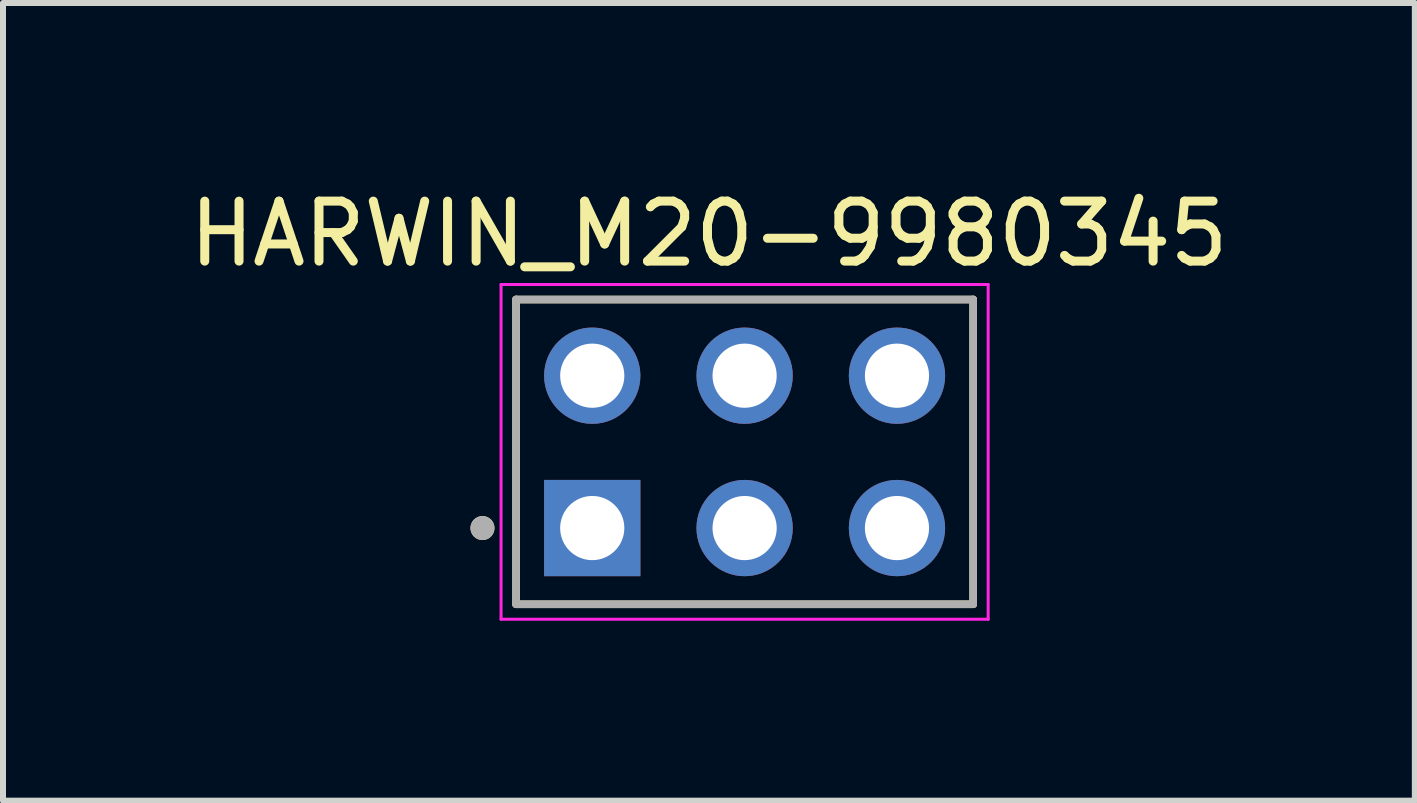
<source format=kicad_pcb>
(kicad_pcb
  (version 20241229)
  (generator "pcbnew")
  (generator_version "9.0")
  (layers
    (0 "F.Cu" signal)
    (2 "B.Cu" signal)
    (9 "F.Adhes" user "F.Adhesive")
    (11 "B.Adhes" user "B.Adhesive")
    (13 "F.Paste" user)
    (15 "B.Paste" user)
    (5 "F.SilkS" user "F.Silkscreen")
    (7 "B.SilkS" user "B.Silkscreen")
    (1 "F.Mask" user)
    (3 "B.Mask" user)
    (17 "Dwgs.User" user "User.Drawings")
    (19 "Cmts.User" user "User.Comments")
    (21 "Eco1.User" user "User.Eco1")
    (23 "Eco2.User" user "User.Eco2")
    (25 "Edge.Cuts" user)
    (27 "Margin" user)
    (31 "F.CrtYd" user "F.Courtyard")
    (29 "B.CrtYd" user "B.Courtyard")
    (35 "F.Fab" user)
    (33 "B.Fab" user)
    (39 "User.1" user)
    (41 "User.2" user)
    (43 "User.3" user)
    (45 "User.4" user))
  (footprint "HARWIN_M20-9980345"
    (layer "F.Cu")
    (at 9.363 4.483)
    (property "Reference" "HARWIN_M20-9980345" (at -0.595 -3.635 0) (layer "F.SilkS") (effects (font (size 1 1) (thickness 0.15))))
    (attr through_hole)
    (fp_line (start -3.81 -2.54) (end 3.81 -2.54) (stroke (width 0.127) (type solid)) (layer "F.SilkS"))
    (fp_line (start -3.81 2.54) (end -3.81 -2.54) (stroke (width 0.127) (type solid)) (layer "F.SilkS"))
    (fp_line (start 3.81 -2.54) (end 3.81 2.54) (stroke (width 0.127) (type solid)) (layer "F.SilkS"))
    (fp_line (start 3.81 2.54) (end -3.81 2.54) (stroke (width 0.127) (type solid)) (layer "F.SilkS"))
    (fp_circle (center -4.37 1.27) (end -4.27 1.27) (stroke (width 0.2) (type solid)) (fill no) (layer "F.SilkS"))
    (fp_line (start -4.06 -2.79) (end -4.06 2.79) (stroke (width 0.05) (type solid)) (layer "F.CrtYd"))
    (fp_line (start -4.06 2.79) (end 4.06 2.79) (stroke (width 0.05) (type solid)) (layer "F.CrtYd"))
    (fp_line (start 4.06 -2.79) (end -4.06 -2.79) (stroke (width 0.05) (type solid)) (layer "F.CrtYd"))
    (fp_line (start 4.06 2.79) (end 4.06 -2.79) (stroke (width 0.05) (type solid)) (layer "F.CrtYd"))
    (fp_line (start -3.81 -2.54) (end 3.81 -2.54) (stroke (width 0.127) (type solid)) (layer "F.Fab"))
    (fp_line (start -3.81 2.54) (end -3.81 -2.54) (stroke (width 0.127) (type solid)) (layer "F.Fab"))
    (fp_line (start 3.81 -2.54) (end 3.81 2.54) (stroke (width 0.127) (type solid)) (layer "F.Fab"))
    (fp_line (start 3.81 2.54) (end -3.81 2.54) (stroke (width 0.127) (type solid)) (layer "F.Fab"))
    (fp_circle (center -4.37 1.27) (end -4.27 1.27) (stroke (width 0.2) (type solid)) (fill no) (layer "F.Fab"))
    (pad "1" thru_hole rect (at -2.54 1.27) (size 1.605 1.605) (drill 1.07) (layers "*.Cu" "*.Mask"))
    (pad "2" thru_hole circle (at -2.54 -1.27) (size 1.605 1.605) (drill 1.07) (layers "*.Cu" "*.Mask"))
    (pad "3" thru_hole circle (at 0 1.27) (size 1.605 1.605) (drill 1.07) (layers "*.Cu" "*.Mask"))
    (pad "4" thru_hole circle (at 0 -1.27) (size 1.605 1.605) (drill 1.07) (layers "*.Cu" "*.Mask"))
    (pad "5" thru_hole circle (at 2.54 1.27) (size 1.605 1.605) (drill 1.07) (layers "*.Cu" "*.Mask"))
    (pad "6" thru_hole circle (at 2.54 -1.27) (size 1.605 1.605) (drill 1.07) (layers "*.Cu" "*.Mask")))
  (gr_rect
    (start -3 -3)
    (end 20.536 10.298)
    (stroke (width 0.1) (type default))
    (fill no)
    (layer "Edge.Cuts")))
</source>
